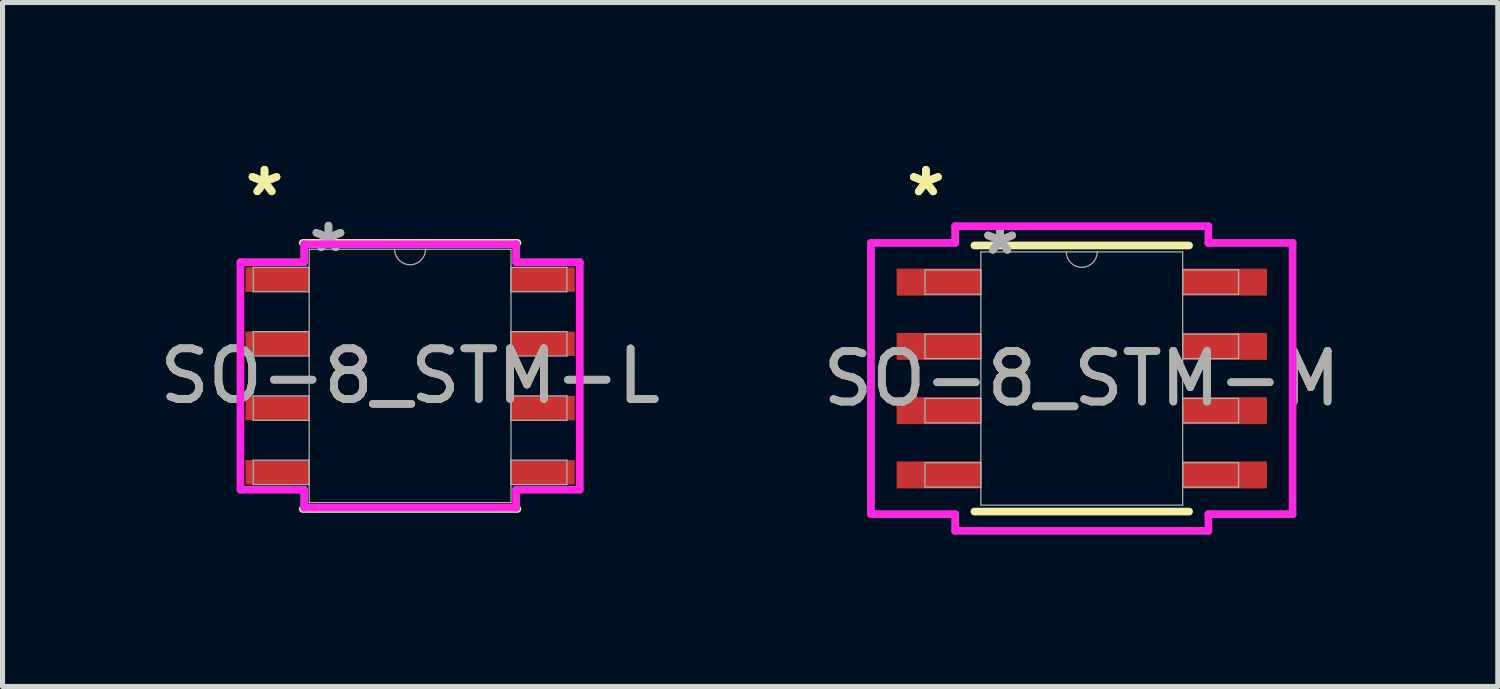
<source format=kicad_pcb>
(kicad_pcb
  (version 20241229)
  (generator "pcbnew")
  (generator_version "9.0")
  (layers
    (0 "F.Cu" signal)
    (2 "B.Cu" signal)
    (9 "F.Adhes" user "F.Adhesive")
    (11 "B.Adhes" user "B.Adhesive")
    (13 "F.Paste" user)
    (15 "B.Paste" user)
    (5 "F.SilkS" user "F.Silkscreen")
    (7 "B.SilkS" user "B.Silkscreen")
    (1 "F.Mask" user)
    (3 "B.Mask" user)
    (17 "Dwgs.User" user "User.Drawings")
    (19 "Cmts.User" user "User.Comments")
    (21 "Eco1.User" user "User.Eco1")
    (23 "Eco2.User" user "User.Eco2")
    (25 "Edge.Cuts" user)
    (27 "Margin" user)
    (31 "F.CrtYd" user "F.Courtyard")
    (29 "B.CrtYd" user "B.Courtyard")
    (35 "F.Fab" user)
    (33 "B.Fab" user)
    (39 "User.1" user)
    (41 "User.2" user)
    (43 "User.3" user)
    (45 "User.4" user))
  (footprint "SO-8_STM-L"
    (layer "F.Cu")
    (at 5.054 4.379)
    (property "Reference" "SO-8_STM-L" (at 0 0 0) (unlocked yes) (layer "F.SilkS") (effects (font (size 1 1) (thickness 0.15))))
    (attr smd)
    (fp_line (start -2.121 2.629) (end 2.121 2.629) (stroke (width 0.152) (type solid)) (layer "F.SilkS"))
    (fp_line (start 2.121 -2.629) (end -2.121 -2.629) (stroke (width 0.152) (type solid)) (layer "F.SilkS"))
    (fp_line (start -3.353 -2.248) (end -2.095 -2.248) (stroke (width 0.152) (type solid)) (layer "F.CrtYd"))
    (fp_line (start -3.353 2.248) (end -3.353 -2.248) (stroke (width 0.152) (type solid)) (layer "F.CrtYd"))
    (fp_line (start -3.353 2.248) (end -2.095 2.248) (stroke (width 0.152) (type solid)) (layer "F.CrtYd"))
    (fp_line (start -2.095 -2.603) (end 2.095 -2.603) (stroke (width 0.152) (type solid)) (layer "F.CrtYd"))
    (fp_line (start -2.095 -2.248) (end -2.095 -2.603) (stroke (width 0.152) (type solid)) (layer "F.CrtYd"))
    (fp_line (start -2.095 2.603) (end -2.095 2.248) (stroke (width 0.152) (type solid)) (layer "F.CrtYd"))
    (fp_line (start 2.095 -2.603) (end 2.095 -2.248) (stroke (width 0.152) (type solid)) (layer "F.CrtYd"))
    (fp_line (start 2.095 2.248) (end 2.095 2.603) (stroke (width 0.152) (type solid)) (layer "F.CrtYd"))
    (fp_line (start 2.095 2.603) (end -2.095 2.603) (stroke (width 0.152) (type solid)) (layer "F.CrtYd"))
    (fp_line (start 3.353 -2.248) (end 2.095 -2.248) (stroke (width 0.152) (type solid)) (layer "F.CrtYd"))
    (fp_line (start 3.353 -2.248) (end 3.353 2.248) (stroke (width 0.152) (type solid)) (layer "F.CrtYd"))
    (fp_line (start 3.353 2.248) (end 2.095 2.248) (stroke (width 0.152) (type solid)) (layer "F.CrtYd"))
    (fp_line (start -3.099 -2.146) (end -3.099 -1.664) (stroke (width 0.025) (type solid)) (layer "F.Fab"))
    (fp_line (start -3.099 -1.664) (end -1.994 -1.664) (stroke (width 0.025) (type solid)) (layer "F.Fab"))
    (fp_line (start -3.099 -0.876) (end -3.099 -0.394) (stroke (width 0.025) (type solid)) (layer "F.Fab"))
    (fp_line (start -3.099 -0.394) (end -1.994 -0.394) (stroke (width 0.025) (type solid)) (layer "F.Fab"))
    (fp_line (start -3.099 0.394) (end -3.099 0.876) (stroke (width 0.025) (type solid)) (layer "F.Fab"))
    (fp_line (start -3.099 0.876) (end -1.994 0.876) (stroke (width 0.025) (type solid)) (layer "F.Fab"))
    (fp_line (start -3.099 1.664) (end -3.099 2.146) (stroke (width 0.025) (type solid)) (layer "F.Fab"))
    (fp_line (start -3.099 2.146) (end -1.994 2.146) (stroke (width 0.025) (type solid)) (layer "F.Fab"))
    (fp_line (start -1.994 -2.502) (end -1.994 2.502) (stroke (width 0.025) (type solid)) (layer "F.Fab"))
    (fp_line (start -1.994 -2.146) (end -3.099 -2.146) (stroke (width 0.025) (type solid)) (layer "F.Fab"))
    (fp_line (start -1.994 -1.664) (end -1.994 -2.146) (stroke (width 0.025) (type solid)) (layer "F.Fab"))
    (fp_line (start -1.994 -0.876) (end -3.099 -0.876) (stroke (width 0.025) (type solid)) (layer "F.Fab"))
    (fp_line (start -1.994 -0.394) (end -1.994 -0.876) (stroke (width 0.025) (type solid)) (layer "F.Fab"))
    (fp_line (start -1.994 0.394) (end -3.099 0.394) (stroke (width 0.025) (type solid)) (layer "F.Fab"))
    (fp_line (start -1.994 0.876) (end -1.994 0.394) (stroke (width 0.025) (type solid)) (layer "F.Fab"))
    (fp_line (start -1.994 1.664) (end -3.099 1.664) (stroke (width 0.025) (type solid)) (layer "F.Fab"))
    (fp_line (start -1.994 2.146) (end -1.994 1.664) (stroke (width 0.025) (type solid)) (layer "F.Fab"))
    (fp_line (start -1.994 2.502) (end 1.994 2.502) (stroke (width 0.025) (type solid)) (layer "F.Fab"))
    (fp_line (start 1.994 -2.502) (end -1.994 -2.502) (stroke (width 0.025) (type solid)) (layer "F.Fab"))
    (fp_line (start 1.994 -2.146) (end 1.994 -1.664) (stroke (width 0.025) (type solid)) (layer "F.Fab"))
    (fp_line (start 1.994 -1.664) (end 3.099 -1.664) (stroke (width 0.025) (type solid)) (layer "F.Fab"))
    (fp_line (start 1.994 -0.876) (end 1.994 -0.394) (stroke (width 0.025) (type solid)) (layer "F.Fab"))
    (fp_line (start 1.994 -0.394) (end 3.099 -0.394) (stroke (width 0.025) (type solid)) (layer "F.Fab"))
    (fp_line (start 1.994 0.394) (end 1.994 0.876) (stroke (width 0.025) (type solid)) (layer "F.Fab"))
    (fp_line (start 1.994 0.876) (end 3.099 0.876) (stroke (width 0.025) (type solid)) (layer "F.Fab"))
    (fp_line (start 1.994 1.664) (end 1.994 2.146) (stroke (width 0.025) (type solid)) (layer "F.Fab"))
    (fp_line (start 1.994 2.146) (end 3.099 2.146) (stroke (width 0.025) (type solid)) (layer "F.Fab"))
    (fp_line (start 1.994 2.502) (end 1.994 -2.502) (stroke (width 0.025) (type solid)) (layer "F.Fab"))
    (fp_line (start 3.099 -2.146) (end 1.994 -2.146) (stroke (width 0.025) (type solid)) (layer "F.Fab"))
    (fp_line (start 3.099 -1.664) (end 3.099 -2.146) (stroke (width 0.025) (type solid)) (layer "F.Fab"))
    (fp_line (start 3.099 -0.876) (end 1.994 -0.876) (stroke (width 0.025) (type solid)) (layer "F.Fab"))
    (fp_line (start 3.099 -0.394) (end 3.099 -0.876) (stroke (width 0.025) (type solid)) (layer "F.Fab"))
    (fp_line (start 3.099 0.394) (end 1.994 0.394) (stroke (width 0.025) (type solid)) (layer "F.Fab"))
    (fp_line (start 3.099 0.876) (end 3.099 0.394) (stroke (width 0.025) (type solid)) (layer "F.Fab"))
    (fp_line (start 3.099 1.664) (end 1.994 1.664) (stroke (width 0.025) (type solid)) (layer "F.Fab"))
    (fp_line (start 3.099 2.146) (end 3.099 1.664) (stroke (width 0.025) (type solid)) (layer "F.Fab"))
    (fp_arc (start 0.3048 -2.5019) (mid 0 -2.1971) (end -0.3048 -2.5019) (stroke (width 0.0254) (type solid)) (layer "F.Fab"))
    (fp_text user "*" (at -2.877 -3.531 0) (unlocked yes) (layer "F.SilkS") (effects (font (size 1 1) (thickness 0.15))))
    (fp_text user "*" (at -2.877 -3.531 0) (layer "F.SilkS") (effects (font (size 1 1) (thickness 0.15))))
    (fp_text user "${REFERENCE}" (at 0 0 0) (unlocked yes) (layer "F.Fab") (effects (font (size 1 1) (thickness 0.15))))
    (fp_text user "*" (at -1.613 -2.426 0) (layer "F.Fab") (effects (font (size 1 1) (thickness 0.15))))
    (fp_text user "*" (at -1.613 -2.426 0) (unlocked yes) (layer "F.Fab") (effects (font (size 1 1) (thickness 0.15))))
    (pad "1" smd rect (at -2.623 -1.905) (size 1.257 0.483) (layers "F.Cu" "F.Mask" "F.Paste"))
    (pad "2" smd rect (at -2.623 -0.635) (size 1.257 0.483) (layers "F.Cu" "F.Mask" "F.Paste"))
    (pad "3" smd rect (at -2.623 0.635) (size 1.257 0.483) (layers "F.Cu" "F.Mask" "F.Paste"))
    (pad "4" smd rect (at -2.623 1.905) (size 1.257 0.483) (layers "F.Cu" "F.Mask" "F.Paste"))
    (pad "5" smd rect (at 2.623 1.905) (size 1.257 0.483) (layers "F.Cu" "F.Mask" "F.Paste"))
    (pad "6" smd rect (at 2.623 0.635) (size 1.257 0.483) (layers "F.Cu" "F.Mask" "F.Paste"))
    (pad "7" smd rect (at 2.623 -0.635) (size 1.257 0.483) (layers "F.Cu" "F.Mask" "F.Paste"))
    (pad "8" smd rect (at 2.623 -1.905) (size 1.257 0.483) (layers "F.Cu" "F.Mask" "F.Paste")))
  (footprint "SO-8_STM-M"
    (layer "F.Cu")
    (at 18.327 4.43)
    (property "Reference" "SO-8_STM-M" (at 0 0 0) (unlocked yes) (layer "F.SilkS") (effects (font (size 1 1) (thickness 0.15))))
    (attr smd)
    (fp_line (start -2.121 2.629) (end 2.121 2.629) (stroke (width 0.152) (type solid)) (layer "F.SilkS"))
    (fp_line (start 2.121 -2.629) (end -2.121 -2.629) (stroke (width 0.152) (type solid)) (layer "F.SilkS"))
    (fp_line (start -4.166 -2.68) (end -2.502 -2.68) (stroke (width 0.152) (type solid)) (layer "F.CrtYd"))
    (fp_line (start -4.166 2.68) (end -4.166 -2.68) (stroke (width 0.152) (type solid)) (layer "F.CrtYd"))
    (fp_line (start -4.166 2.68) (end -2.502 2.68) (stroke (width 0.152) (type solid)) (layer "F.CrtYd"))
    (fp_line (start -2.502 -3.01) (end 2.502 -3.01) (stroke (width 0.152) (type solid)) (layer "F.CrtYd"))
    (fp_line (start -2.502 -2.68) (end -2.502 -3.01) (stroke (width 0.152) (type solid)) (layer "F.CrtYd"))
    (fp_line (start -2.502 3.01) (end -2.502 2.68) (stroke (width 0.152) (type solid)) (layer "F.CrtYd"))
    (fp_line (start 2.502 -3.01) (end 2.502 -2.68) (stroke (width 0.152) (type solid)) (layer "F.CrtYd"))
    (fp_line (start 2.502 2.68) (end 2.502 3.01) (stroke (width 0.152) (type solid)) (layer "F.CrtYd"))
    (fp_line (start 2.502 3.01) (end -2.502 3.01) (stroke (width 0.152) (type solid)) (layer "F.CrtYd"))
    (fp_line (start 4.166 -2.68) (end 2.502 -2.68) (stroke (width 0.152) (type solid)) (layer "F.CrtYd"))
    (fp_line (start 4.166 -2.68) (end 4.166 2.68) (stroke (width 0.152) (type solid)) (layer "F.CrtYd"))
    (fp_line (start 4.166 2.68) (end 2.502 2.68) (stroke (width 0.152) (type solid)) (layer "F.CrtYd"))
    (fp_line (start -3.099 -2.146) (end -3.099 -1.664) (stroke (width 0.025) (type solid)) (layer "F.Fab"))
    (fp_line (start -3.099 -1.664) (end -1.994 -1.664) (stroke (width 0.025) (type solid)) (layer "F.Fab"))
    (fp_line (start -3.099 -0.876) (end -3.099 -0.394) (stroke (width 0.025) (type solid)) (layer "F.Fab"))
    (fp_line (start -3.099 -0.394) (end -1.994 -0.394) (stroke (width 0.025) (type solid)) (layer "F.Fab"))
    (fp_line (start -3.099 0.394) (end -3.099 0.876) (stroke (width 0.025) (type solid)) (layer "F.Fab"))
    (fp_line (start -3.099 0.876) (end -1.994 0.876) (stroke (width 0.025) (type solid)) (layer "F.Fab"))
    (fp_line (start -3.099 1.664) (end -3.099 2.146) (stroke (width 0.025) (type solid)) (layer "F.Fab"))
    (fp_line (start -3.099 2.146) (end -1.994 2.146) (stroke (width 0.025) (type solid)) (layer "F.Fab"))
    (fp_line (start -1.994 -2.502) (end -1.994 2.502) (stroke (width 0.025) (type solid)) (layer "F.Fab"))
    (fp_line (start -1.994 -2.146) (end -3.099 -2.146) (stroke (width 0.025) (type solid)) (layer "F.Fab"))
    (fp_line (start -1.994 -1.664) (end -1.994 -2.146) (stroke (width 0.025) (type solid)) (layer "F.Fab"))
    (fp_line (start -1.994 -0.876) (end -3.099 -0.876) (stroke (width 0.025) (type solid)) (layer "F.Fab"))
    (fp_line (start -1.994 -0.394) (end -1.994 -0.876) (stroke (width 0.025) (type solid)) (layer "F.Fab"))
    (fp_line (start -1.994 0.394) (end -3.099 0.394) (stroke (width 0.025) (type solid)) (layer "F.Fab"))
    (fp_line (start -1.994 0.876) (end -1.994 0.394) (stroke (width 0.025) (type solid)) (layer "F.Fab"))
    (fp_line (start -1.994 1.664) (end -3.099 1.664) (stroke (width 0.025) (type solid)) (layer "F.Fab"))
    (fp_line (start -1.994 2.146) (end -1.994 1.664) (stroke (width 0.025) (type solid)) (layer "F.Fab"))
    (fp_line (start -1.994 2.502) (end 1.994 2.502) (stroke (width 0.025) (type solid)) (layer "F.Fab"))
    (fp_line (start 1.994 -2.502) (end -1.994 -2.502) (stroke (width 0.025) (type solid)) (layer "F.Fab"))
    (fp_line (start 1.994 -2.146) (end 1.994 -1.664) (stroke (width 0.025) (type solid)) (layer "F.Fab"))
    (fp_line (start 1.994 -1.664) (end 3.099 -1.664) (stroke (width 0.025) (type solid)) (layer "F.Fab"))
    (fp_line (start 1.994 -0.876) (end 1.994 -0.394) (stroke (width 0.025) (type solid)) (layer "F.Fab"))
    (fp_line (start 1.994 -0.394) (end 3.099 -0.394) (stroke (width 0.025) (type solid)) (layer "F.Fab"))
    (fp_line (start 1.994 0.394) (end 1.994 0.876) (stroke (width 0.025) (type solid)) (layer "F.Fab"))
    (fp_line (start 1.994 0.876) (end 3.099 0.876) (stroke (width 0.025) (type solid)) (layer "F.Fab"))
    (fp_line (start 1.994 1.664) (end 1.994 2.146) (stroke (width 0.025) (type solid)) (layer "F.Fab"))
    (fp_line (start 1.994 2.146) (end 3.099 2.146) (stroke (width 0.025) (type solid)) (layer "F.Fab"))
    (fp_line (start 1.994 2.502) (end 1.994 -2.502) (stroke (width 0.025) (type solid)) (layer "F.Fab"))
    (fp_line (start 3.099 -2.146) (end 1.994 -2.146) (stroke (width 0.025) (type solid)) (layer "F.Fab"))
    (fp_line (start 3.099 -1.664) (end 3.099 -2.146) (stroke (width 0.025) (type solid)) (layer "F.Fab"))
    (fp_line (start 3.099 -0.876) (end 1.994 -0.876) (stroke (width 0.025) (type solid)) (layer "F.Fab"))
    (fp_line (start 3.099 -0.394) (end 3.099 -0.876) (stroke (width 0.025) (type solid)) (layer "F.Fab"))
    (fp_line (start 3.099 0.394) (end 1.994 0.394) (stroke (width 0.025) (type solid)) (layer "F.Fab"))
    (fp_line (start 3.099 0.876) (end 3.099 0.394) (stroke (width 0.025) (type solid)) (layer "F.Fab"))
    (fp_line (start 3.099 1.664) (end 1.994 1.664) (stroke (width 0.025) (type solid)) (layer "F.Fab"))
    (fp_line (start 3.099 2.146) (end 3.099 1.664) (stroke (width 0.025) (type solid)) (layer "F.Fab"))
    (fp_arc (start 0.3048 -2.5019) (mid 0 -2.1971) (end -0.3048 -2.5019) (stroke (width 0.0254) (type solid)) (layer "F.Fab"))
    (fp_text user "*" (at -3.08 -3.581 0) (layer "F.SilkS") (effects (font (size 1 1) (thickness 0.15))))
    (fp_text user "*" (at -3.08 -3.581 0) (unlocked yes) (layer "F.SilkS") (effects (font (size 1 1) (thickness 0.15))))
    (fp_text user "*" (at -1.613 -2.426 0) (unlocked yes) (layer "F.Fab") (effects (font (size 1 1) (thickness 0.15))))
    (fp_text user "*" (at -1.613 -2.426 0) (layer "F.Fab") (effects (font (size 1 1) (thickness 0.15))))
    (fp_text user "${REFERENCE}" (at 0 0 0) (unlocked yes) (layer "F.Fab") (effects (font (size 1 1) (thickness 0.15))))
    (pad "1" smd rect (at -2.826 -1.905) (size 1.664 0.533) (layers "F.Cu" "F.Mask" "F.Paste"))
    (pad "2" smd rect (at -2.826 -0.635) (size 1.664 0.533) (layers "F.Cu" "F.Mask" "F.Paste"))
    (pad "3" smd rect (at -2.826 0.635) (size 1.664 0.533) (layers "F.Cu" "F.Mask" "F.Paste"))
    (pad "4" smd rect (at -2.826 1.905) (size 1.664 0.533) (layers "F.Cu" "F.Mask" "F.Paste"))
    (pad "5" smd rect (at 2.826 1.905) (size 1.664 0.533) (layers "F.Cu" "F.Mask" "F.Paste"))
    (pad "6" smd rect (at 2.826 0.635) (size 1.664 0.533) (layers "F.Cu" "F.Mask" "F.Paste"))
    (pad "7" smd rect (at 2.826 -0.635) (size 1.664 0.533) (layers "F.Cu" "F.Mask" "F.Paste"))
    (pad "8" smd rect (at 2.826 -1.905) (size 1.664 0.533) (layers "F.Cu" "F.Mask" "F.Paste")))
  (gr_rect
    (start -3 -3)
    (end 26.548 10.516)
    (stroke (width 0.1) (type default))
    (fill no)
    (layer "Edge.Cuts")))
</source>
